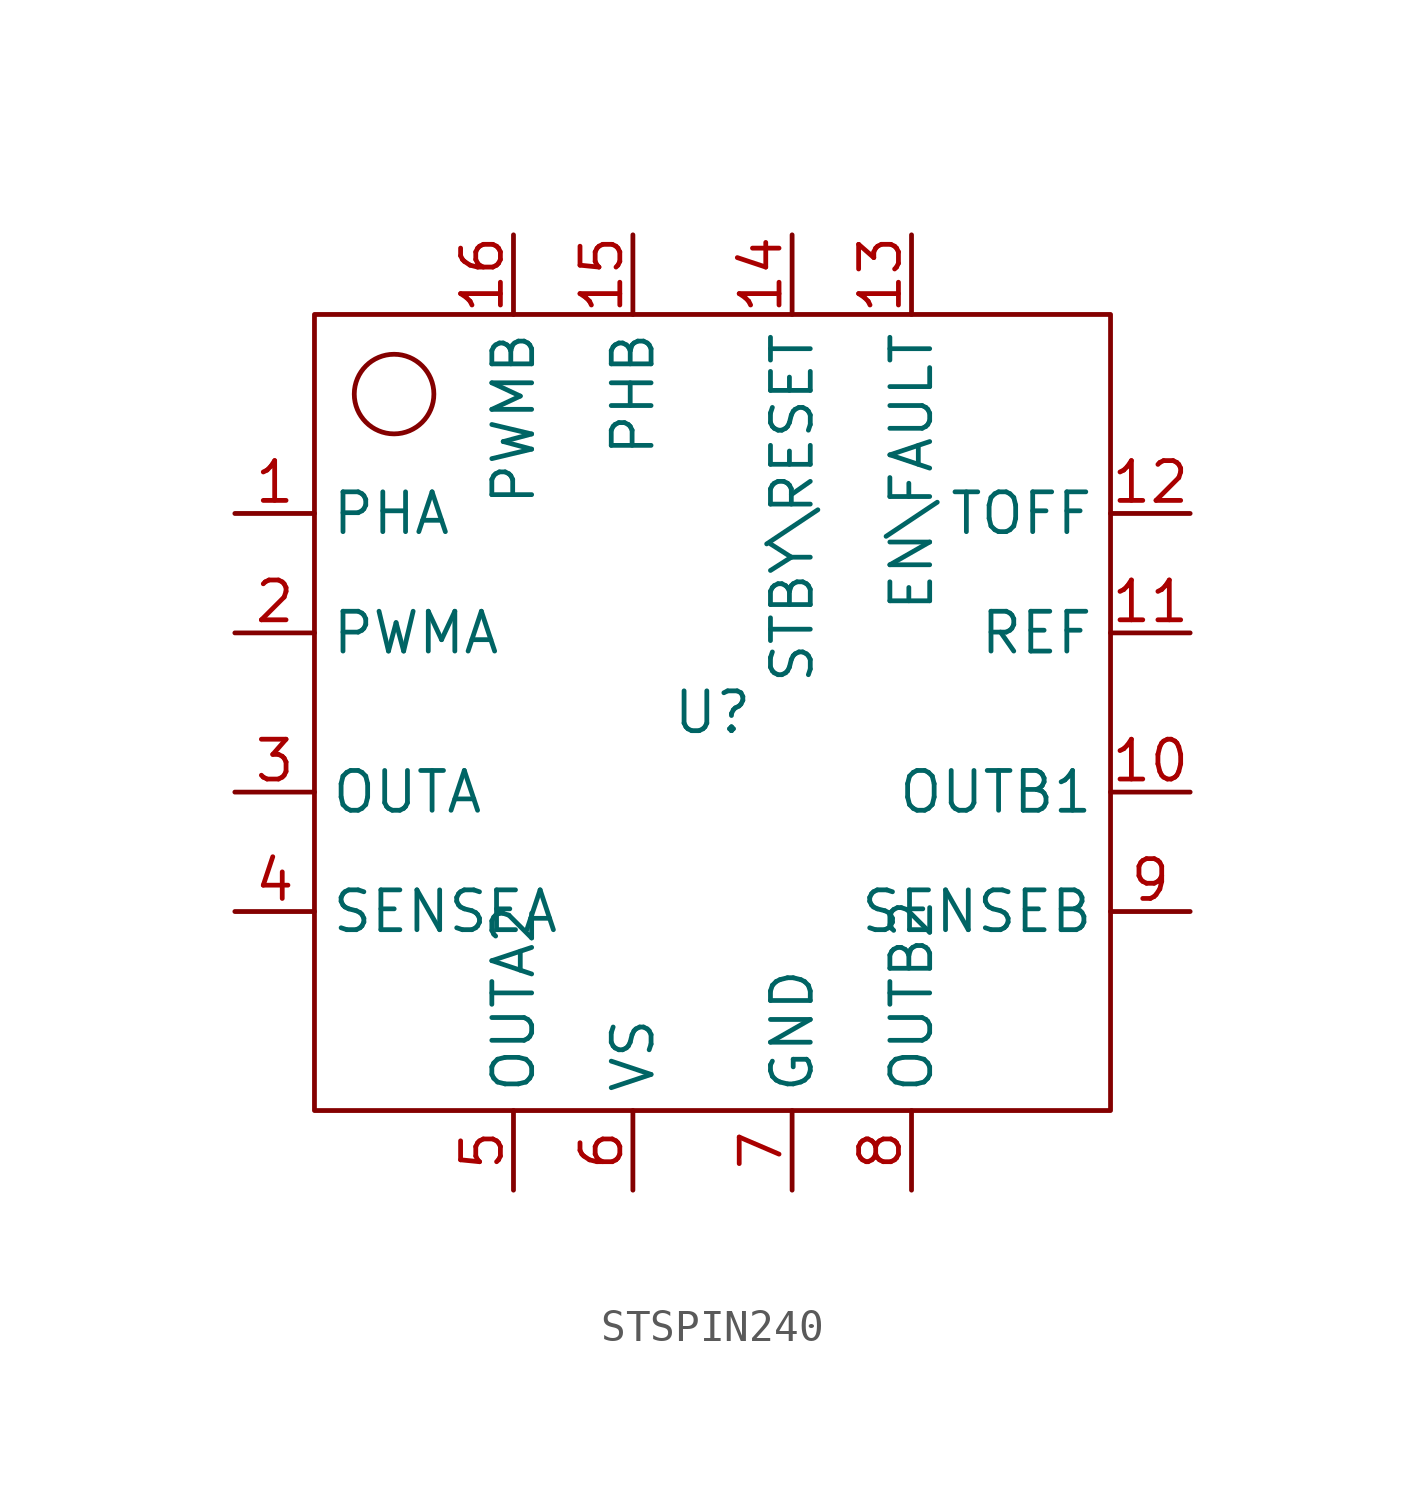
<source format=kicad_sym>
(kicad_symbol_lib
  (version 20220914)
  (generator kicad_symbol_editor)
  (symbol "STSPIN240"
    (property "Reference" "U"
      (at 0 0 0)
      (effects (font (size 1.27 1.27))))
    (property "Value" ""
      (at 0 0 0)
      (effects (font (size 1.27 1.27))))
    (symbol "STSPIN240_0_1"
      (rectangle (start -12.7 12.7) (end 12.7 -12.7) (stroke (width 0) (type default)) (fill (type none)))
      (circle (center -10.16 10.16) (radius 1.27) (stroke (width 0) (type default)) (fill (type none))))
    (symbol "STSPIN240_1_1"
      (pin input line (at -15.24 6.35 0) (length 2.54) (name "PHA" (effects (font (size 1.27 1.27)))) (number "1" (effects (font (size 1.27 1.27)))))
      (pin power_out line (at 15.24 -2.54 180) (length 2.54) (name "OUTB1" (effects (font (size 1.27 1.27)))) (number "10" (effects (font (size 1.27 1.27)))))
      (pin input line (at 15.24 2.54 180) (length 2.54) (name "REF" (effects (font (size 1.27 1.27)))) (number "11" (effects (font (size 1.27 1.27)))))
      (pin input line (at 15.24 6.35 180) (length 2.54) (name "TOFF" (effects (font (size 1.27 1.27)))) (number "12" (effects (font (size 1.27 1.27)))))
      (pin bidirectional line (at 6.35 15.24 270) (length 2.54) (name "EN\\FAULT" (effects (font (size 1.27 1.27)))) (number "13" (effects (font (size 1.27 1.27)))))
      (pin input line (at 2.54 15.24 270) (length 2.54) (name "STBY\\RESET" (effects (font (size 1.27 1.27)))) (number "14" (effects (font (size 1.27 1.27)))))
      (pin input line (at -2.54 15.24 270) (length 2.54) (name "PHB" (effects (font (size 1.27 1.27)))) (number "15" (effects (font (size 1.27 1.27)))))
      (pin input line (at -6.35 15.24 270) (length 2.54) (name "PWMB" (effects (font (size 1.27 1.27)))) (number "16" (effects (font (size 1.27 1.27)))))
      (pin input line (at -15.24 2.54 0) (length 2.54) (name "PWMA" (effects (font (size 1.27 1.27)))) (number "2" (effects (font (size 1.27 1.27)))))
      (pin power_out line (at -15.24 -2.54 0) (length 2.54) (name "OUTA" (effects (font (size 1.27 1.27)))) (number "3" (effects (font (size 1.27 1.27)))))
      (pin power_out line (at -15.24 -6.35 0) (length 2.54) (name "SENSEA" (effects (font (size 1.27 1.27)))) (number "4" (effects (font (size 1.27 1.27)))))
      (pin power_out line (at -6.35 -15.24 90) (length 2.54) (name "OUTA2" (effects (font (size 1.27 1.27)))) (number "5" (effects (font (size 1.27 1.27)))))
      (pin input line (at -2.54 -15.24 90) (length 2.54) (name "VS" (effects (font (size 1.27 1.27)))) (number "6" (effects (font (size 1.27 1.27)))))
      (pin input line (at 2.54 -15.24 90) (length 2.54) (name "GND" (effects (font (size 1.27 1.27)))) (number "7" (effects (font (size 1.27 1.27)))))
      (pin power_out line (at 6.35 -15.24 90) (length 2.54) (name "OUTB2" (effects (font (size 1.27 1.27)))) (number "8" (effects (font (size 1.27 1.27)))))
      (pin power_out line (at 15.24 -6.35 180) (length 2.54) (name "SENSEB" (effects (font (size 1.27 1.27)))) (number "9" (effects (font (size 1.27 1.27))))))))
</source>
